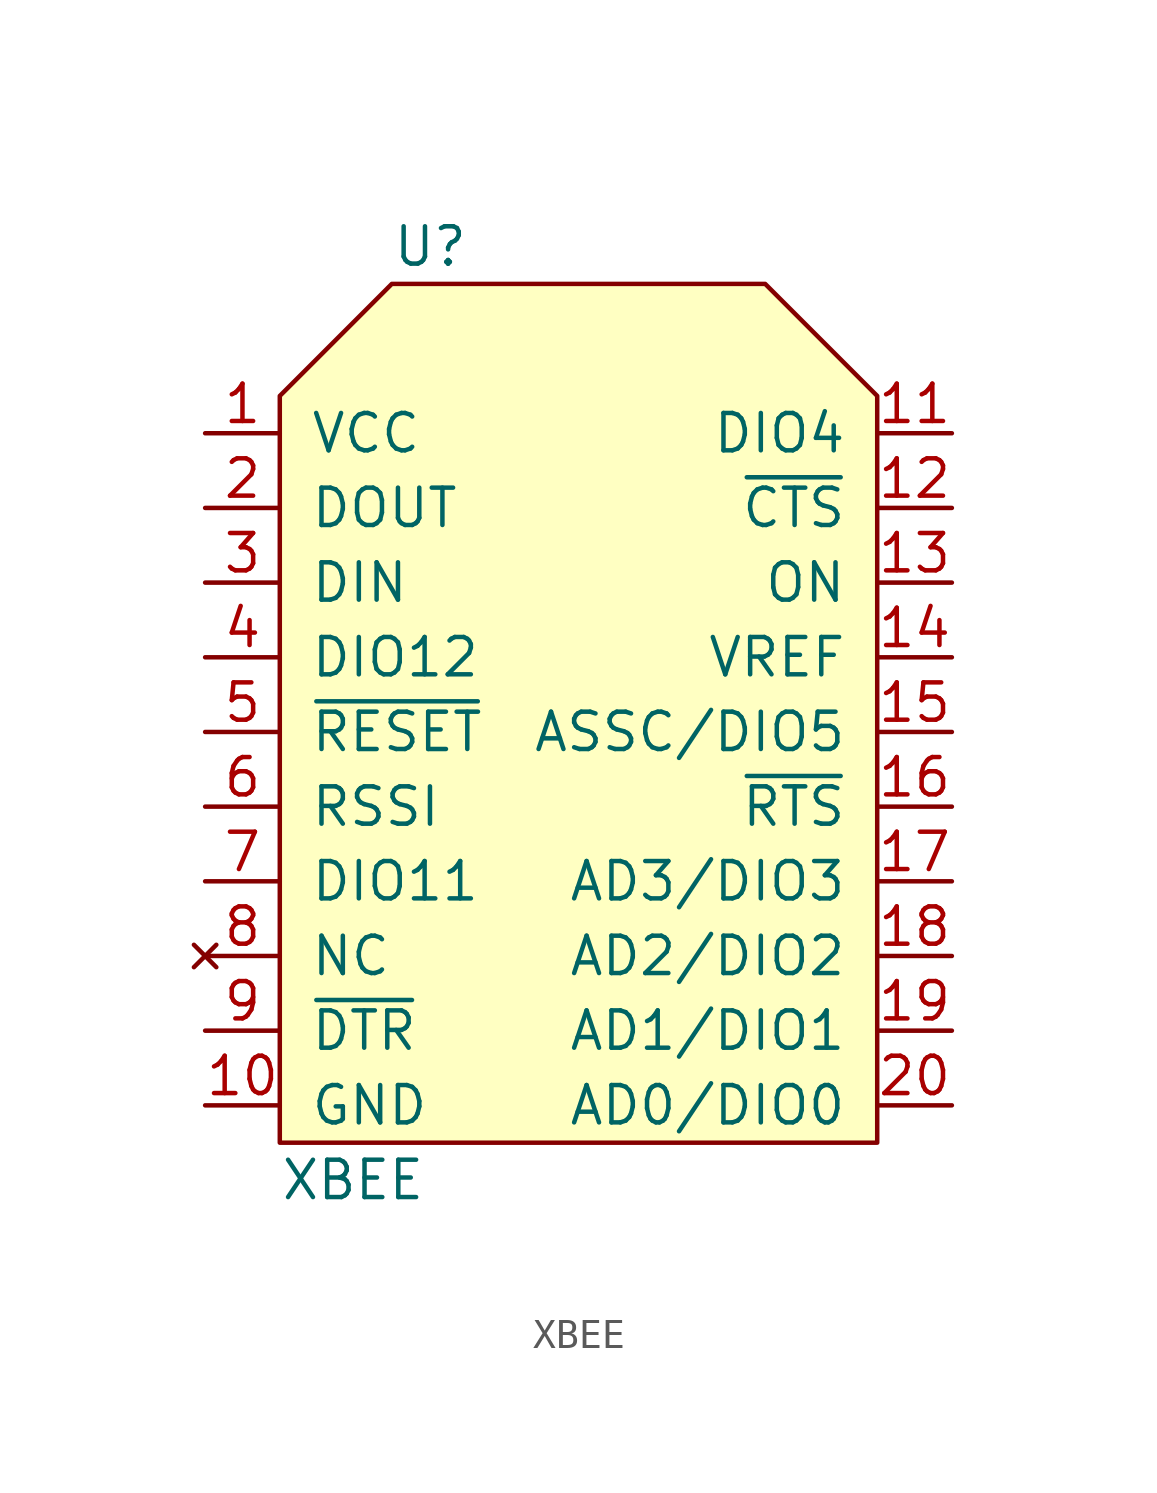
<source format=kicad_sym>
(kicad_symbol_lib
  (version 20211014)
  (generator kicad_symbol_editor)
  (symbol "XBEE"
    (pin_names
      (offset 1.016))
    (property "Reference" "U"
      (at -6.35 16.51 0)
      (effects (font (size 1.27 1.27)) (justify left)))
    (property "Value" "XBEE"
      (at -10.16 -15.24 0)
      (effects (font (size 1.27 1.27)) (justify left)))
    (symbol "XBEE_0_1"
      (polyline (pts (xy -10.16 -13.97) (xy 10.16 -13.97) (xy 10.16 11.43) (xy 6.35 15.24) (xy -6.35 15.24) (xy -10.16 11.43) (xy -10.16 -13.97)) (stroke (width 0) (type default) (color 0 0 0 0)) (fill (type background))))
    (symbol "XBEE_1_1"
      (pin power_in line (at -12.7 10.16 0) (length 2.54) (name "VCC" (effects (font (size 1.27 1.27)))) (number "1" (effects (font (size 1.27 1.27)))))
      (pin power_in line (at -12.7 -12.7 0) (length 2.54) (name "GND" (effects (font (size 1.27 1.27)))) (number "10" (effects (font (size 1.27 1.27)))))
      (pin bidirectional line (at 12.7 10.16 180) (length 2.54) (name "DIO4" (effects (font (size 1.27 1.27)))) (number "11" (effects (font (size 1.27 1.27)))))
      (pin output line (at 12.7 7.62 180) (length 2.54) (name "~{CTS}" (effects (font (size 1.27 1.27)))) (number "12" (effects (font (size 1.27 1.27)))))
      (pin output line (at 12.7 5.08 180) (length 2.54) (name "ON" (effects (font (size 1.27 1.27)))) (number "13" (effects (font (size 1.27 1.27)))))
      (pin input line (at 12.7 2.54 180) (length 2.54) (name "VREF" (effects (font (size 1.27 1.27)))) (number "14" (effects (font (size 1.27 1.27)))))
      (pin output line (at 12.7 0 180) (length 2.54) (name "ASSC/DIO5" (effects (font (size 1.27 1.27)))) (number "15" (effects (font (size 1.27 1.27)))))
      (pin input line (at 12.7 -2.54 180) (length 2.54) (name "~{RTS}" (effects (font (size 1.27 1.27)))) (number "16" (effects (font (size 1.27 1.27)))))
      (pin bidirectional line (at 12.7 -5.08 180) (length 2.54) (name "AD3/DIO3" (effects (font (size 1.27 1.27)))) (number "17" (effects (font (size 1.27 1.27)))))
      (pin bidirectional line (at 12.7 -7.62 180) (length 2.54) (name "AD2/DIO2" (effects (font (size 1.27 1.27)))) (number "18" (effects (font (size 1.27 1.27)))))
      (pin bidirectional line (at 12.7 -10.16 180) (length 2.54) (name "AD1/DIO1" (effects (font (size 1.27 1.27)))) (number "19" (effects (font (size 1.27 1.27)))))
      (pin output line (at -12.7 7.62 0) (length 2.54) (name "DOUT" (effects (font (size 1.27 1.27)))) (number "2" (effects (font (size 1.27 1.27)))))
      (pin bidirectional line (at 12.7 -12.7 180) (length 2.54) (name "AD0/DIO0" (effects (font (size 1.27 1.27)))) (number "20" (effects (font (size 1.27 1.27)))))
      (pin input line (at -12.7 5.08 0) (length 2.54) (name "DIN" (effects (font (size 1.27 1.27)))) (number "3" (effects (font (size 1.27 1.27)))))
      (pin bidirectional line (at -12.7 2.54 0) (length 2.54) (name "DIO12" (effects (font (size 1.27 1.27)))) (number "4" (effects (font (size 1.27 1.27)))))
      (pin input line (at -12.7 0 0) (length 2.54) (name "~{RESET}" (effects (font (size 1.27 1.27)))) (number "5" (effects (font (size 1.27 1.27)))))
      (pin output line (at -12.7 -2.54 0) (length 2.54) (name "RSSI" (effects (font (size 1.27 1.27)))) (number "6" (effects (font (size 1.27 1.27)))))
      (pin bidirectional line (at -12.7 -5.08 0) (length 2.54) (name "DIO11" (effects (font (size 1.27 1.27)))) (number "7" (effects (font (size 1.27 1.27)))))
      (pin no_connect line (at -12.7 -7.62 0) (length 2.54) (name "NC" (effects (font (size 1.27 1.27)))) (number "8" (effects (font (size 1.27 1.27)))))
      (pin input line (at -12.7 -10.16 0) (length 2.54) (name "~{DTR}" (effects (font (size 1.27 1.27)))) (number "9" (effects (font (size 1.27 1.27))))))))
</source>
